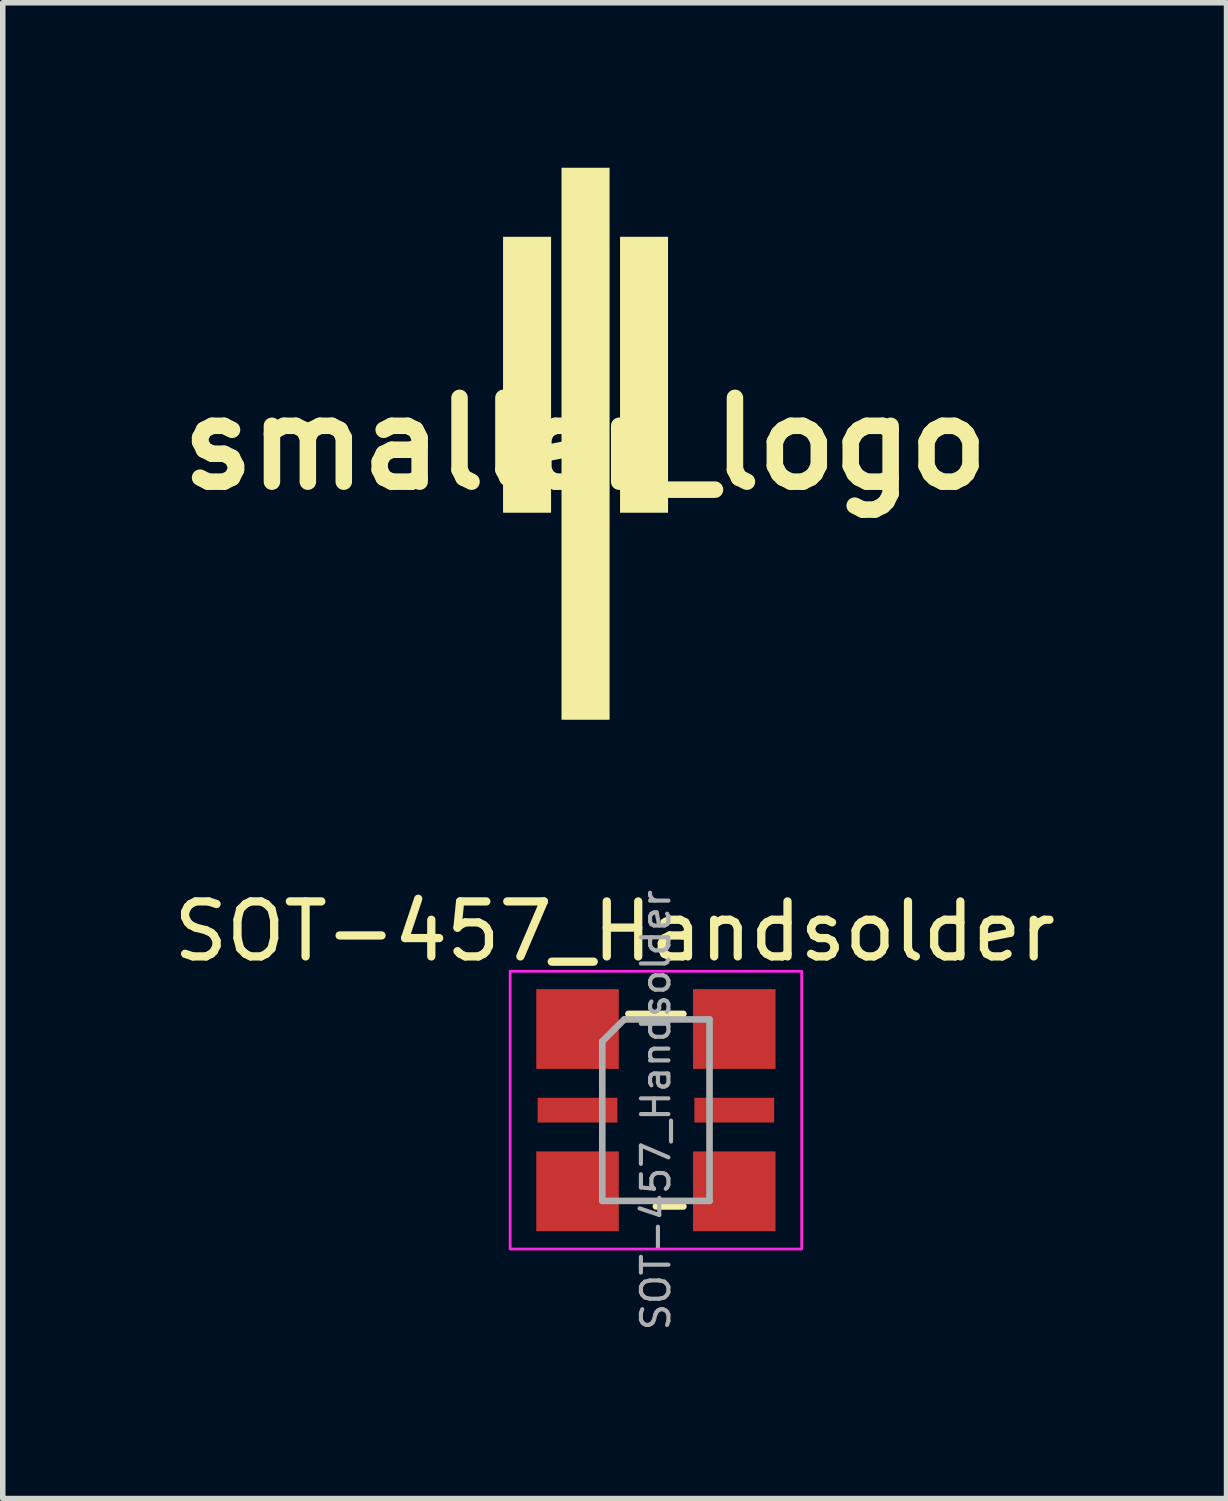
<source format=kicad_pcb>
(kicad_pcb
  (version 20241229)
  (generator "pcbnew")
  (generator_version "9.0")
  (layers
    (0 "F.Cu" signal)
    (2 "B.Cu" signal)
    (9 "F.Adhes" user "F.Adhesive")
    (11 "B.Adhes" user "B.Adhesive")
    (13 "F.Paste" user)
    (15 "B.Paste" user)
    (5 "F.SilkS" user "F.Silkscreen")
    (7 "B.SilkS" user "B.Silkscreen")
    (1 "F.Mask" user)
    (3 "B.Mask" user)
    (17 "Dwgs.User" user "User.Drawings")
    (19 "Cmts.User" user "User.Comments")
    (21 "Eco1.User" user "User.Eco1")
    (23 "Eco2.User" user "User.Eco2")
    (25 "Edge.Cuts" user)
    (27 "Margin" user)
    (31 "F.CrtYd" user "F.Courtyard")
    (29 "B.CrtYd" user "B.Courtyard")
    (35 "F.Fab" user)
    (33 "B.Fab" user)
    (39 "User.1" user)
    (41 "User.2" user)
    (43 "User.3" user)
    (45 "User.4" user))
  (footprint "SOT-457_Handsolder"
    (layer "F.Cu")
    (at 8.875 17.134)
    (property "Reference" "SOT-457_Handsolder" (at -0.75 -3.25 0) (unlocked yes) (layer "F.SilkS") (effects (font (size 1 1) (thickness 0.15))))
    (attr smd)
    (fp_line (start -0.5 -1.75) (end 0.5 -1.75) (stroke (width 0.12) (type solid)) (layer "F.SilkS"))
    (fp_line (start 0 1.75) (end 0.5 1.75) (stroke (width 0.12) (type solid)) (layer "F.SilkS"))
    (fp_rect (start -2.65 -2.525) (end 2.65 2.525) (stroke (width 0.05) (type solid)) (fill no) (layer "F.CrtYd"))
    (fp_line (start -0.975 -1.25) (end -0.975 1.65) (stroke (width 0.12) (type solid)) (layer "F.Fab"))
    (fp_line (start -0.975 1.65) (end 0.975 1.65) (stroke (width 0.12) (type solid)) (layer "F.Fab"))
    (fp_line (start -0.575 -1.65) (end -0.975 -1.25) (stroke (width 0.12) (type solid)) (layer "F.Fab"))
    (fp_line (start 0.975 -1.65) (end -0.575 -1.65) (stroke (width 0.12) (type solid)) (layer "F.Fab"))
    (fp_line (start 0.975 1.65) (end 0.975 -1.65) (stroke (width 0.12) (type solid)) (layer "F.Fab"))
    (fp_text user "${REFERENCE}" (at 0 0 90) (unlocked yes) (layer "F.Fab") (effects (font (size 0.5 0.5) (thickness 0.075))))
    (pad "1" smd rect (at -1.425 -1.475 270) (size 1.45 1.5) (layers "F.Cu" "F.Mask" "F.Paste"))
    (pad "2" smd rect (at -1.425 0) (size 1.45 0.45) (layers "F.Cu" "F.Mask" "F.Paste"))
    (pad "3" smd rect (at -1.425 1.475 90) (size 1.45 1.5) (layers "F.Cu" "F.Mask" "F.Paste"))
    (pad "4" smd rect (at 1.425 1.475 90) (size 1.45 1.5) (layers "F.Cu" "F.Mask" "F.Paste"))
    (pad "5" smd rect (at 1.425 0) (size 1.45 0.45) (layers "F.Cu" "F.Mask" "F.Paste"))
    (pad "6" smd rect (at 1.425 -1.475 90) (size 1.45 1.5) (layers "F.Cu" "F.Mask" "F.Paste")))
  (footprint "smaller_logo"
    (layer "F.Cu")
    (at 7.591 5.018)
    (property "Reference" "smaller_logo" (at 0 0 0) (layer "F.SilkS") (effects (font (size 1.524 1.524) (thickness 0.3))))
    (attr board_only exclude_from_pos_files exclude_from_bom)
    (fp_poly (pts (xy -0.622 1.254) (xy -1.495 1.254) (xy -1.495 -3.763) (xy -0.622 -3.763)) (stroke (width 0) (type solid)) (fill yes) (layer "F.SilkS"))
    (fp_poly (pts (xy 0.442 5.018) (xy -0.432 5.018) (xy -0.432 -5.018) (xy 0.442 -5.018)) (stroke (width 0) (type solid)) (fill yes) (layer "F.SilkS"))
    (fp_poly (pts (xy 1.505 1.254) (xy 0.632 1.254) (xy 0.632 -3.763) (xy 1.505 -3.763)) (stroke (width 0) (type solid)) (fill yes) (layer "F.SilkS")))
  (gr_rect
    (start -3 -3)
    (end 19.25 24.196)
    (stroke (width 0.1) (type default))
    (fill no)
    (layer "Edge.Cuts")))
</source>
